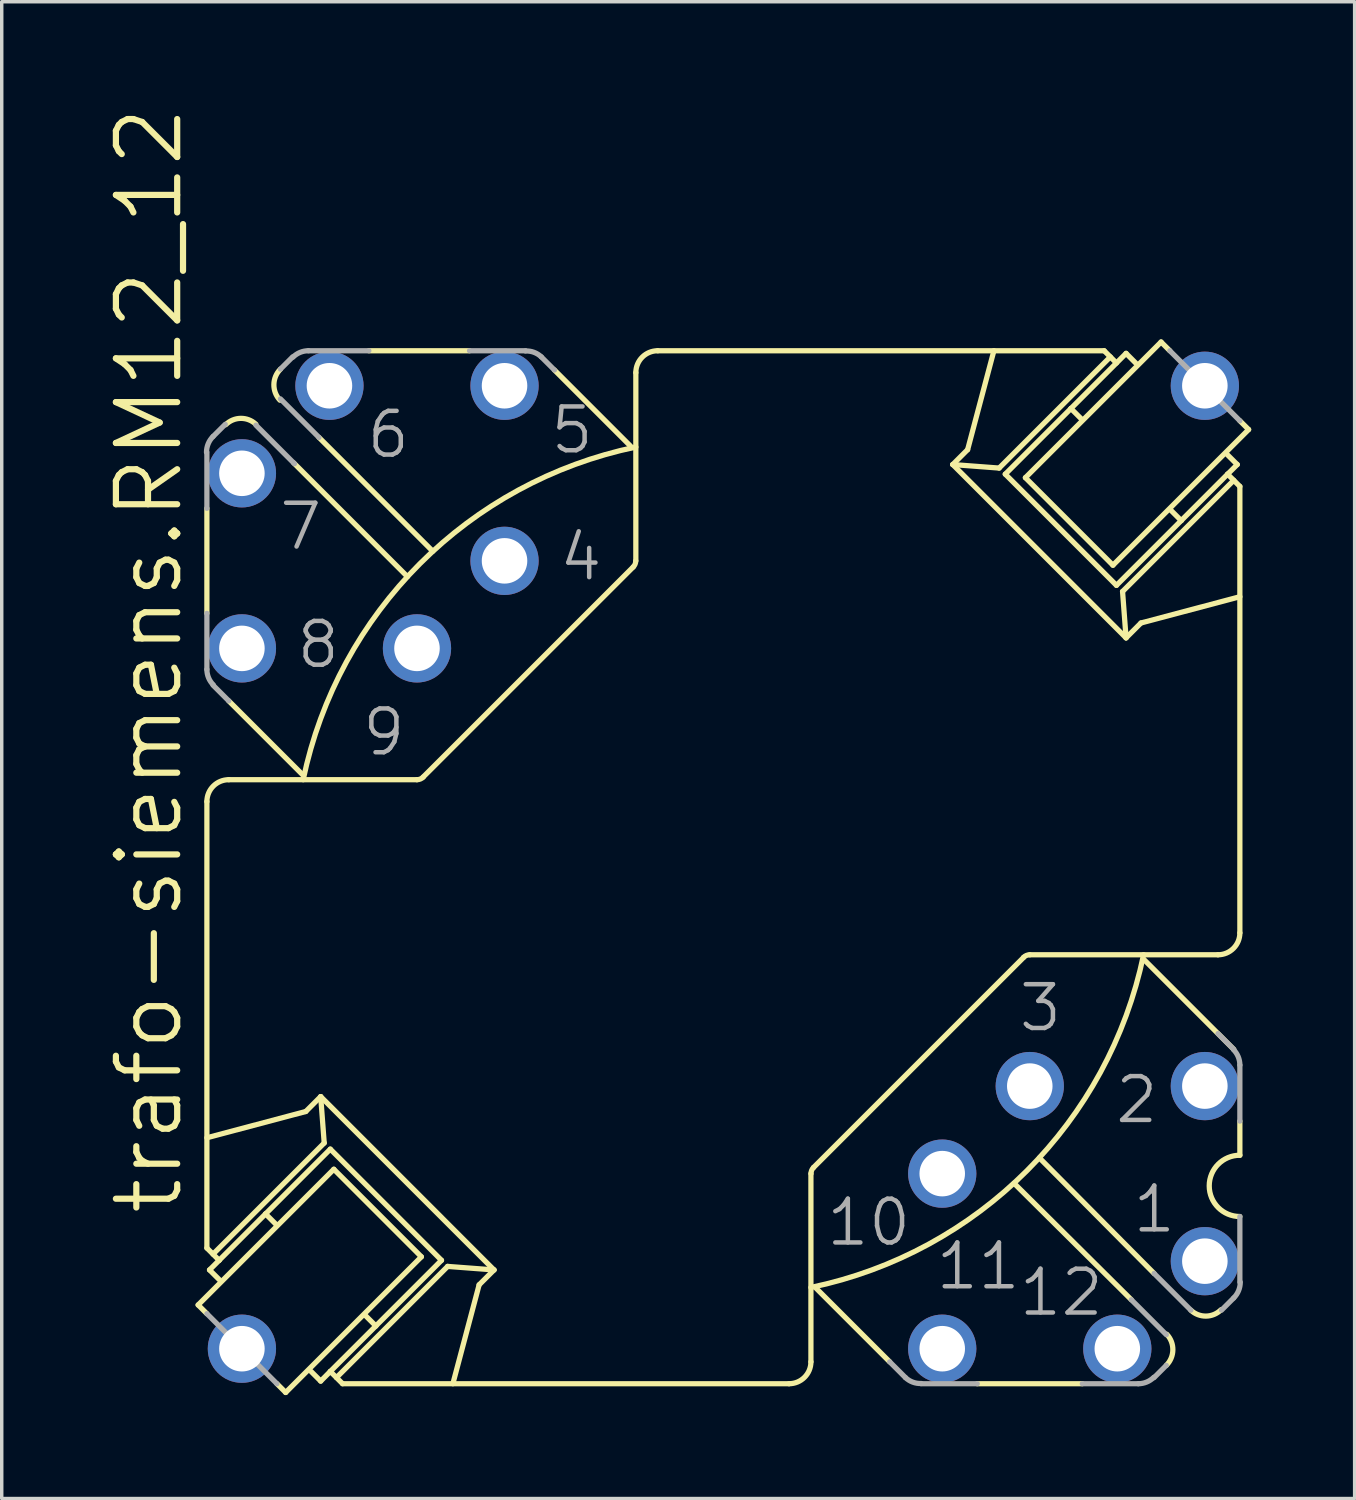
<source format=kicad_pcb>
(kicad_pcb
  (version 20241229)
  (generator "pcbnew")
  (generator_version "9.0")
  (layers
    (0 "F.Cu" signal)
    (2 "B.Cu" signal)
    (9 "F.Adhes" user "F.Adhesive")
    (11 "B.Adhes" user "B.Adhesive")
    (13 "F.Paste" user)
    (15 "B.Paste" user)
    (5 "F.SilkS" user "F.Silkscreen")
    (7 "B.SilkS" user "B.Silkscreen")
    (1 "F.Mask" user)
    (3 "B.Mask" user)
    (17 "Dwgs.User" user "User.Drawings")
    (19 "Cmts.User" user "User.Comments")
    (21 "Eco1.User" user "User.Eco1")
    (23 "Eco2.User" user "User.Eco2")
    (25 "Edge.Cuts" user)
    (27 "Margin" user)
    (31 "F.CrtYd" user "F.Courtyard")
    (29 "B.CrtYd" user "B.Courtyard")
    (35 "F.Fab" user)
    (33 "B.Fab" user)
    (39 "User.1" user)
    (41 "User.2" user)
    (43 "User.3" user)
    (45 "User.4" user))
  (footprint "trafo-siemens.RM12_12"
    (layer "F.Cu")
    (at 17.939 22.113)
    (property "Reference" "trafo-siemens.RM12_12" (at -15.621 10.16 90) (layer "F.SilkS") (effects (font (size 1.778 1.778) (thickness 0.18)) (justify left bottom)))
    (attr through_hole)
    (fp_line (start -15.24 12.7) (end -14.986 12.954) (stroke (width 0.152) (type default)) (layer "F.SilkS"))
    (fp_line (start -14.986 -10.414) (end -14.986 -7.366) (stroke (width 0.152) (type default)) (layer "F.SilkS"))
    (fp_line (start -14.986 11.049) (end -14.986 -1.905) (stroke (width 0.152) (type default)) (layer "F.SilkS"))
    (fp_line (start -14.91 11.684) (end -14.63 11.963) (stroke (width 0.152) (type default)) (layer "F.SilkS"))
    (fp_line (start -14.808 11.227) (end -11.582 8.001) (stroke (width 0.152) (type default)) (layer "F.SilkS"))
    (fp_line (start -14.63 11.405) (end -14.986 11.049) (stroke (width 0.152) (type default)) (layer "F.SilkS"))
    (fp_line (start -14.63 11.405) (end -14.91 11.684) (stroke (width 0.152) (type default)) (layer "F.SilkS"))
    (fp_line (start -14.351 -4.826) (end -12.217 -2.692) (stroke (width 0.152) (type default)) (layer "F.SilkS"))
    (fp_line (start -14.351 -2.54) (end -8.89 -2.54) (stroke (width 0.152) (type default)) (layer "F.SilkS"))
    (fp_line (start -13.284 10.058) (end -14.63 11.405) (stroke (width 0.152) (type default)) (layer "F.SilkS"))
    (fp_line (start -13.284 10.058) (end -12.979 10.363) (stroke (width 0.152) (type default)) (layer "F.SilkS"))
    (fp_line (start -12.954 14.986) (end -12.7 15.24) (stroke (width 0.152) (type default)) (layer "F.SilkS"))
    (fp_line (start -12.7 15.24) (end -8.763 11.303) (stroke (width 0.152) (type default)) (layer "F.SilkS"))
    (fp_line (start -12.471 -11.735) (end -9.169 -8.433) (stroke (width 0.152) (type default)) (layer "F.SilkS"))
    (fp_line (start -12.116 7.087) (end -14.986 7.849) (stroke (width 0.152) (type default)) (layer "F.SilkS"))
    (fp_line (start -11.963 14.63) (end -11.684 14.91) (stroke (width 0.152) (type default)) (layer "F.SilkS"))
    (fp_line (start -11.735 -12.471) (end -8.433 -9.169) (stroke (width 0.152) (type default)) (layer "F.SilkS"))
    (fp_line (start -11.684 6.655) (end -12.116 7.087) (stroke (width 0.152) (type default)) (layer "F.SilkS"))
    (fp_line (start -11.684 6.655) (end -6.655 11.684) (stroke (width 0.152) (type default)) (layer "F.SilkS"))
    (fp_line (start -11.582 8.001) (end -11.684 6.655) (stroke (width 0.152) (type default)) (layer "F.SilkS"))
    (fp_line (start -11.405 8.179) (end -13.284 10.058) (stroke (width 0.152) (type default)) (layer "F.SilkS"))
    (fp_line (start -11.405 8.179) (end -8.179 11.405) (stroke (width 0.152) (type default)) (layer "F.SilkS"))
    (fp_line (start -11.405 14.63) (end -11.684 14.91) (stroke (width 0.152) (type default)) (layer "F.SilkS"))
    (fp_line (start -11.405 14.63) (end -11.049 14.986) (stroke (width 0.152) (type default)) (layer "F.SilkS"))
    (fp_line (start -11.303 8.763) (end -15.24 12.7) (stroke (width 0.152) (type default)) (layer "F.SilkS"))
    (fp_line (start -11.049 14.986) (end 1.905 14.986) (stroke (width 0.152) (type default)) (layer "F.SilkS"))
    (fp_line (start -10.084 13.31) (end -11.405 14.63) (stroke (width 0.152) (type default)) (layer "F.SilkS"))
    (fp_line (start -10.084 13.31) (end -10.389 13.005) (stroke (width 0.152) (type default)) (layer "F.SilkS"))
    (fp_line (start -8.763 11.303) (end -11.303 8.763) (stroke (width 0.152) (type default)) (layer "F.SilkS"))
    (fp_line (start -8.712 -2.616) (end -2.616 -8.712) (stroke (width 0.152) (type default)) (layer "F.SilkS"))
    (fp_line (start -8.179 11.405) (end -10.084 13.31) (stroke (width 0.152) (type default)) (layer "F.SilkS"))
    (fp_line (start -8.001 11.582) (end -11.227 14.808) (stroke (width 0.152) (type default)) (layer "F.SilkS"))
    (fp_line (start -8.001 11.582) (end -6.655 11.684) (stroke (width 0.152) (type default)) (layer "F.SilkS"))
    (fp_line (start -7.366 -14.986) (end -10.287 -14.986) (stroke (width 0.152) (type default)) (layer "F.SilkS"))
    (fp_line (start -7.087 12.116) (end -7.849 14.986) (stroke (width 0.152) (type default)) (layer "F.SilkS"))
    (fp_line (start -6.655 11.684) (end -7.087 12.116) (stroke (width 0.152) (type default)) (layer "F.SilkS"))
    (fp_line (start -2.692 -12.217) (end -4.902 -14.427) (stroke (width 0.152) (type default)) (layer "F.SilkS"))
    (fp_line (start -2.54 -14.351) (end -2.54 -8.89) (stroke (width 0.152) (type default)) (layer "F.SilkS"))
    (fp_line (start -1.905 -14.986) (end 11.049 -14.986) (stroke (width 0.152) (type default)) (layer "F.SilkS"))
    (fp_line (start 2.54 8.89) (end 2.54 14.351) (stroke (width 0.152) (type default)) (layer "F.SilkS"))
    (fp_line (start 2.616 8.712) (end 8.712 2.616) (stroke (width 0.152) (type default)) (layer "F.SilkS"))
    (fp_line (start 4.826 14.351) (end 2.692 12.217) (stroke (width 0.152) (type default)) (layer "F.SilkS"))
    (fp_line (start 6.655 -11.684) (end 7.087 -12.116) (stroke (width 0.152) (type default)) (layer "F.SilkS"))
    (fp_line (start 6.655 -11.684) (end 11.684 -6.655) (stroke (width 0.152) (type default)) (layer "F.SilkS"))
    (fp_line (start 7.087 -12.116) (end 7.849 -14.986) (stroke (width 0.152) (type default)) (layer "F.SilkS"))
    (fp_line (start 8.001 -11.582) (end 6.655 -11.684) (stroke (width 0.152) (type default)) (layer "F.SilkS"))
    (fp_line (start 8.179 -11.405) (end 10.084 -13.31) (stroke (width 0.152) (type default)) (layer "F.SilkS"))
    (fp_line (start 8.179 -11.405) (end 11.405 -8.179) (stroke (width 0.152) (type default)) (layer "F.SilkS"))
    (fp_line (start 8.763 -11.303) (end 11.303 -8.763) (stroke (width 0.152) (type default)) (layer "F.SilkS"))
    (fp_line (start 8.89 2.54) (end 14.351 2.54) (stroke (width 0.152) (type default)) (layer "F.SilkS"))
    (fp_line (start 10.084 -13.31) (end 10.389 -13.005) (stroke (width 0.152) (type default)) (layer "F.SilkS"))
    (fp_line (start 10.084 -13.31) (end 11.684 -14.91) (stroke (width 0.152) (type default)) (layer "F.SilkS"))
    (fp_line (start 10.414 14.986) (end 7.366 14.986) (stroke (width 0.152) (type default)) (layer "F.SilkS"))
    (fp_line (start 11.227 -14.808) (end 8.001 -11.582) (stroke (width 0.152) (type default)) (layer "F.SilkS"))
    (fp_line (start 11.303 -8.763) (end 15.24 -12.7) (stroke (width 0.152) (type default)) (layer "F.SilkS"))
    (fp_line (start 11.405 -14.63) (end 11.049 -14.986) (stroke (width 0.152) (type default)) (layer "F.SilkS"))
    (fp_line (start 11.405 -8.179) (end 13.284 -10.058) (stroke (width 0.152) (type default)) (layer "F.SilkS"))
    (fp_line (start 11.582 -8.001) (end 11.684 -6.655) (stroke (width 0.152) (type default)) (layer "F.SilkS"))
    (fp_line (start 11.582 -8.001) (end 14.808 -11.227) (stroke (width 0.152) (type default)) (layer "F.SilkS"))
    (fp_line (start 11.684 -6.655) (end 12.116 -7.087) (stroke (width 0.152) (type default)) (layer "F.SilkS"))
    (fp_line (start 11.836 12.548) (end 8.433 9.169) (stroke (width 0.152) (type default)) (layer "F.SilkS"))
    (fp_line (start 11.963 -14.63) (end 11.684 -14.91) (stroke (width 0.152) (type default)) (layer "F.SilkS"))
    (fp_line (start 12.116 -7.087) (end 14.986 -7.849) (stroke (width 0.152) (type default)) (layer "F.SilkS"))
    (fp_line (start 12.497 11.786) (end 9.169 8.433) (stroke (width 0.152) (type default)) (layer "F.SilkS"))
    (fp_line (start 12.7 -15.24) (end 8.763 -11.303) (stroke (width 0.152) (type default)) (layer "F.SilkS"))
    (fp_line (start 12.954 -14.986) (end 12.7 -15.24) (stroke (width 0.152) (type default)) (layer "F.SilkS"))
    (fp_line (start 13.284 -10.058) (end 12.979 -10.363) (stroke (width 0.152) (type default)) (layer "F.SilkS"))
    (fp_line (start 13.284 -10.058) (end 14.63 -11.405) (stroke (width 0.152) (type default)) (layer "F.SilkS"))
    (fp_line (start 14.63 -11.405) (end 14.91 -11.684) (stroke (width 0.152) (type default)) (layer "F.SilkS"))
    (fp_line (start 14.63 -11.405) (end 14.986 -11.049) (stroke (width 0.152) (type default)) (layer "F.SilkS"))
    (fp_line (start 14.808 5.283) (end 12.217 2.692) (stroke (width 0.152) (type default)) (layer "F.SilkS"))
    (fp_line (start 14.91 -11.684) (end 14.63 -11.963) (stroke (width 0.152) (type default)) (layer "F.SilkS"))
    (fp_line (start 14.986 1.905) (end 14.986 -11.049) (stroke (width 0.152) (type default)) (layer "F.SilkS"))
    (fp_line (start 14.986 8.357) (end 14.986 7.366) (stroke (width 0.152) (type default)) (layer "F.SilkS"))
    (fp_line (start 15.24 -12.7) (end 14.986 -12.954) (stroke (width 0.152) (type default)) (layer "F.SilkS"))
    (fp_arc (start -14.986 -1.905) (mid -14.800013 -2.354013) (end -14.351 -2.54) (stroke (width 0.1524) (type default)) (layer "F.SilkS"))
    (fp_arc (start -14.4401 -12.8399) (mid -14.004357 -13.024094) (end -13.5635 -12.8525) (stroke (width 0.1524) (type default)) (layer "F.SilkS"))
    (fp_arc (start -12.8653 -13.5514) (mid -13.041738 -14.004618) (end -12.8524 -14.4526) (stroke (width 0.1524) (type default)) (layer "F.SilkS"))
    (fp_arc (start -12.192 -2.54) (mid -8.806147 -8.806147) (end -2.54 -12.192) (stroke (width 0.1524) (type default)) (layer "F.SilkS"))
    (fp_arc (start -8.7104 -2.6144) (mid -8.792801 -2.559338) (end -8.89 -2.54) (stroke (width 0.1524) (type default)) (layer "F.SilkS"))
    (fp_arc (start -2.5426 -8.89) (mid -2.561715 -8.793779) (end -2.6162 -8.7122) (stroke (width 0.1524) (type default)) (layer "F.SilkS"))
    (fp_arc (start -2.54 -14.351) (mid -2.354013 -14.800013) (end -1.905 -14.986) (stroke (width 0.1524) (type default)) (layer "F.SilkS"))
    (fp_arc (start 2.54 14.351) (mid 2.354013 14.800013) (end 1.905 14.986) (stroke (width 0.1524) (type default)) (layer "F.SilkS"))
    (fp_arc (start 2.5426 8.89) (mid 2.561715 8.793779) (end 2.6162 8.7122) (stroke (width 0.1524) (type default)) (layer "F.SilkS"))
    (fp_arc (start 8.7104 2.6144) (mid 8.792801 2.559338) (end 8.89 2.54) (stroke (width 0.1524) (type default)) (layer "F.SilkS"))
    (fp_arc (start 12.192 2.54) (mid 8.806147 8.806147) (end 2.54 12.192) (stroke (width 0.1524) (type default)) (layer "F.SilkS"))
    (fp_arc (start 12.8653 13.5514) (mid 13.041738 14.004618) (end 12.8524 14.4526) (stroke (width 0.1524) (type default)) (layer "F.SilkS"))
    (fp_arc (start 14.44 12.8398) (mid 14.004357 13.023953) (end 13.5636 12.8524) (stroke (width 0.1524) (type default)) (layer "F.SilkS"))
    (fp_arc (start 14.986 1.905) (mid 14.800013 2.354013) (end 14.351 2.54) (stroke (width 0.1524) (type default)) (layer "F.SilkS"))
    (fp_arc (start 14.986 10.1346) (mid 14.097 9.2456) (end 14.986 8.3566) (stroke (width 0.1524) (type default)) (layer "F.SilkS"))
    (fp_line (start -14.986 -12.04) (end -14.986 -10.414) (stroke (width 0.152) (type default)) (layer "F.Fab"))
    (fp_line (start -14.986 -5.74) (end -14.986 -7.366) (stroke (width 0.152) (type default)) (layer "F.Fab"))
    (fp_line (start -14.986 12.954) (end -12.954 14.986) (stroke (width 0.152) (type default)) (layer "F.Fab"))
    (fp_line (start -14.808 -12.497) (end -14.453 -12.852) (stroke (width 0.152) (type default)) (layer "F.Fab"))
    (fp_line (start -14.351 -4.826) (end -14.808 -5.283) (stroke (width 0.152) (type default)) (layer "F.Fab"))
    (fp_line (start -13.564 -12.827) (end -12.446 -11.709) (stroke (width 0.152) (type default)) (layer "F.Fab"))
    (fp_line (start -12.852 -14.453) (end -12.497 -14.808) (stroke (width 0.152) (type default)) (layer "F.Fab"))
    (fp_line (start -12.852 -13.589) (end -11.735 -12.471) (stroke (width 0.152) (type default)) (layer "F.Fab"))
    (fp_line (start -12.04 -14.986) (end -10.287 -14.986) (stroke (width 0.152) (type default)) (layer "F.Fab"))
    (fp_line (start -5.74 -14.986) (end -7.366 -14.986) (stroke (width 0.152) (type default)) (layer "F.Fab"))
    (fp_line (start -5.283 -14.808) (end -4.902 -14.427) (stroke (width 0.152) (type default)) (layer "F.Fab"))
    (fp_line (start 4.826 14.351) (end 5.283 14.808) (stroke (width 0.152) (type default)) (layer "F.Fab"))
    (fp_line (start 5.74 14.986) (end 7.366 14.986) (stroke (width 0.152) (type default)) (layer "F.Fab"))
    (fp_line (start 12.04 14.986) (end 10.414 14.986) (stroke (width 0.152) (type default)) (layer "F.Fab"))
    (fp_line (start 12.497 14.808) (end 12.852 14.453) (stroke (width 0.152) (type default)) (layer "F.Fab"))
    (fp_line (start 12.852 13.564) (end 11.836 12.548) (stroke (width 0.152) (type default)) (layer "F.Fab"))
    (fp_line (start 13.564 12.852) (end 12.497 11.786) (stroke (width 0.152) (type default)) (layer "F.Fab"))
    (fp_line (start 14.453 12.852) (end 14.808 12.497) (stroke (width 0.152) (type default)) (layer "F.Fab"))
    (fp_line (start 14.808 5.283) (end 14.351 4.826) (stroke (width 0.152) (type default)) (layer "F.Fab"))
    (fp_line (start 14.986 -12.954) (end 12.954 -14.986) (stroke (width 0.152) (type default)) (layer "F.Fab"))
    (fp_line (start 14.986 7.366) (end 14.986 5.74) (stroke (width 0.152) (type default)) (layer "F.Fab"))
    (fp_line (start 14.986 12.04) (end 14.986 10.135) (stroke (width 0.152) (type default)) (layer "F.Fab"))
    (fp_arc (start -14.9976 -12.0396) (mid -14.948371 -12.287037) (end -14.8082 -12.4968) (stroke (width 0.1524) (type default)) (layer "F.Fab"))
    (fp_arc (start -14.8 -5.2914) (mid -14.937655 -5.497401) (end -14.986 -5.7404) (stroke (width 0.1524) (type default)) (layer "F.Fab"))
    (fp_arc (start -12.4886 -14.8) (mid -12.282607 -14.937701) (end -12.0396 -14.9861) (stroke (width 0.1524) (type default)) (layer "F.Fab"))
    (fp_arc (start -5.7401 -14.9794) (mid -5.494371 -14.939915) (end -5.2832 -14.8082) (stroke (width 0.1524) (type default)) (layer "F.Fab"))
    (fp_arc (start 5.7401 14.9794) (mid 5.494371 14.939915) (end 5.2832 14.8082) (stroke (width 0.1524) (type default)) (layer "F.Fab"))
    (fp_arc (start 12.4886 14.8) (mid 12.282599 14.937655) (end 12.0396 14.986) (stroke (width 0.1524) (type default)) (layer "F.Fab"))
    (fp_arc (start 14.8 5.2914) (mid 14.937655 5.497401) (end 14.986 5.7404) (stroke (width 0.1524) (type default)) (layer "F.Fab"))
    (fp_arc (start 14.9976 12.0396) (mid 14.948371 12.287037) (end 14.8082 12.4968) (stroke (width 0.1524) (type default)) (layer "F.Fab"))
    (fp_text user "3" (at 8.509 4.826 0) (layer "F.Fab") (effects (font (size 1.27 1.27) (thickness 0.13)) (justify left bottom)))
    (fp_text user "9" (at -10.541 -3.175 0) (layer "F.Fab") (effects (font (size 1.27 1.27) (thickness 0.13)) (justify left bottom)))
    (fp_text user "11" (at 6.096 12.319 0) (layer "F.Fab") (effects (font (size 1.27 1.27) (thickness 0.13)) (justify left bottom)))
    (fp_text user "4" (at -4.826 -8.255 0) (layer "F.Fab") (effects (font (size 1.27 1.27) (thickness 0.13)) (justify left bottom)))
    (fp_text user "5" (at -5.08 -11.938 0) (layer "F.Fab") (effects (font (size 1.27 1.27) (thickness 0.13)) (justify left bottom)))
    (fp_text user "8" (at -12.446 -5.715 0) (layer "F.Fab") (effects (font (size 1.27 1.27) (thickness 0.13)) (justify left bottom)))
    (fp_text user "7" (at -12.954 -9.144 0) (layer "F.Fab") (effects (font (size 1.27 1.27) (thickness 0.13)) (justify left bottom)))
    (fp_text user "2" (at 11.303 7.493 0) (layer "F.Fab") (effects (font (size 1.27 1.27) (thickness 0.13)) (justify left bottom)))
    (fp_text user "6" (at -10.414 -11.811 0) (layer "F.Fab") (effects (font (size 1.27 1.27) (thickness 0.13)) (justify left bottom)))
    (fp_text user "1" (at 11.811 10.668 0) (layer "F.Fab") (effects (font (size 1.27 1.27) (thickness 0.13)) (justify left bottom)))
    (fp_text user "12" (at 8.509 13.081 0) (layer "F.Fab") (effects (font (size 1.27 1.27) (thickness 0.13)) (justify left bottom)))
    (fp_text user "10" (at 2.921 11.049 0) (layer "F.Fab") (effects (font (size 1.27 1.27) (thickness 0.13)) (justify left bottom)))
    (pad "1" thru_hole circle (at 13.97 11.43) (size 1.981 1.981) (drill 1.321) (layers "*.Cu" "*.Mask"))
    (pad "2" thru_hole circle (at 13.97 6.35) (size 1.981 1.981) (drill 1.321) (layers "*.Cu" "*.Mask"))
    (pad "3" thru_hole circle (at 8.89 6.35) (size 1.981 1.981) (drill 1.321) (layers "*.Cu" "*.Mask"))
    (pad "4" thru_hole circle (at -6.35 -8.89) (size 1.981 1.981) (drill 1.321) (layers "*.Cu" "*.Mask"))
    (pad "5" thru_hole circle (at -6.35 -13.97) (size 1.981 1.981) (drill 1.321) (layers "*.Cu" "*.Mask"))
    (pad "6" thru_hole circle (at -11.43 -13.97) (size 1.981 1.981) (drill 1.321) (layers "*.Cu" "*.Mask"))
    (pad "7" thru_hole circle (at -13.97 -11.43) (size 1.981 1.981) (drill 1.321) (layers "*.Cu" "*.Mask"))
    (pad "8" thru_hole circle (at -13.97 -6.35) (size 1.981 1.981) (drill 1.321) (layers "*.Cu" "*.Mask"))
    (pad "9" thru_hole circle (at -8.89 -6.35) (size 1.981 1.981) (drill 1.321) (layers "*.Cu" "*.Mask"))
    (pad "10" thru_hole circle (at 6.35 8.89) (size 1.981 1.981) (drill 1.321) (layers "*.Cu" "*.Mask"))
    (pad "11" thru_hole circle (at 6.35 13.97) (size 1.981 1.981) (drill 1.321) (layers "*.Cu" "*.Mask"))
    (pad "12" thru_hole circle (at 11.43 13.97) (size 1.981 1.981) (drill 1.321) (layers "*.Cu" "*.Mask"))
    (pad "M" thru_hole circle (at -13.97 13.97) (size 1.981 1.981) (drill 1.321) (layers "*.Cu" "*.Mask"))
    (pad "M@" thru_hole circle (at 13.97 -13.97) (size 1.981 1.981) (drill 1.321) (layers "*.Cu" "*.Mask")))
  (gr_rect
    (start -3 -3)
    (end 36.255 40.429)
    (stroke (width 0.1) (type default))
    (fill no)
    (layer "Edge.Cuts")))
</source>
